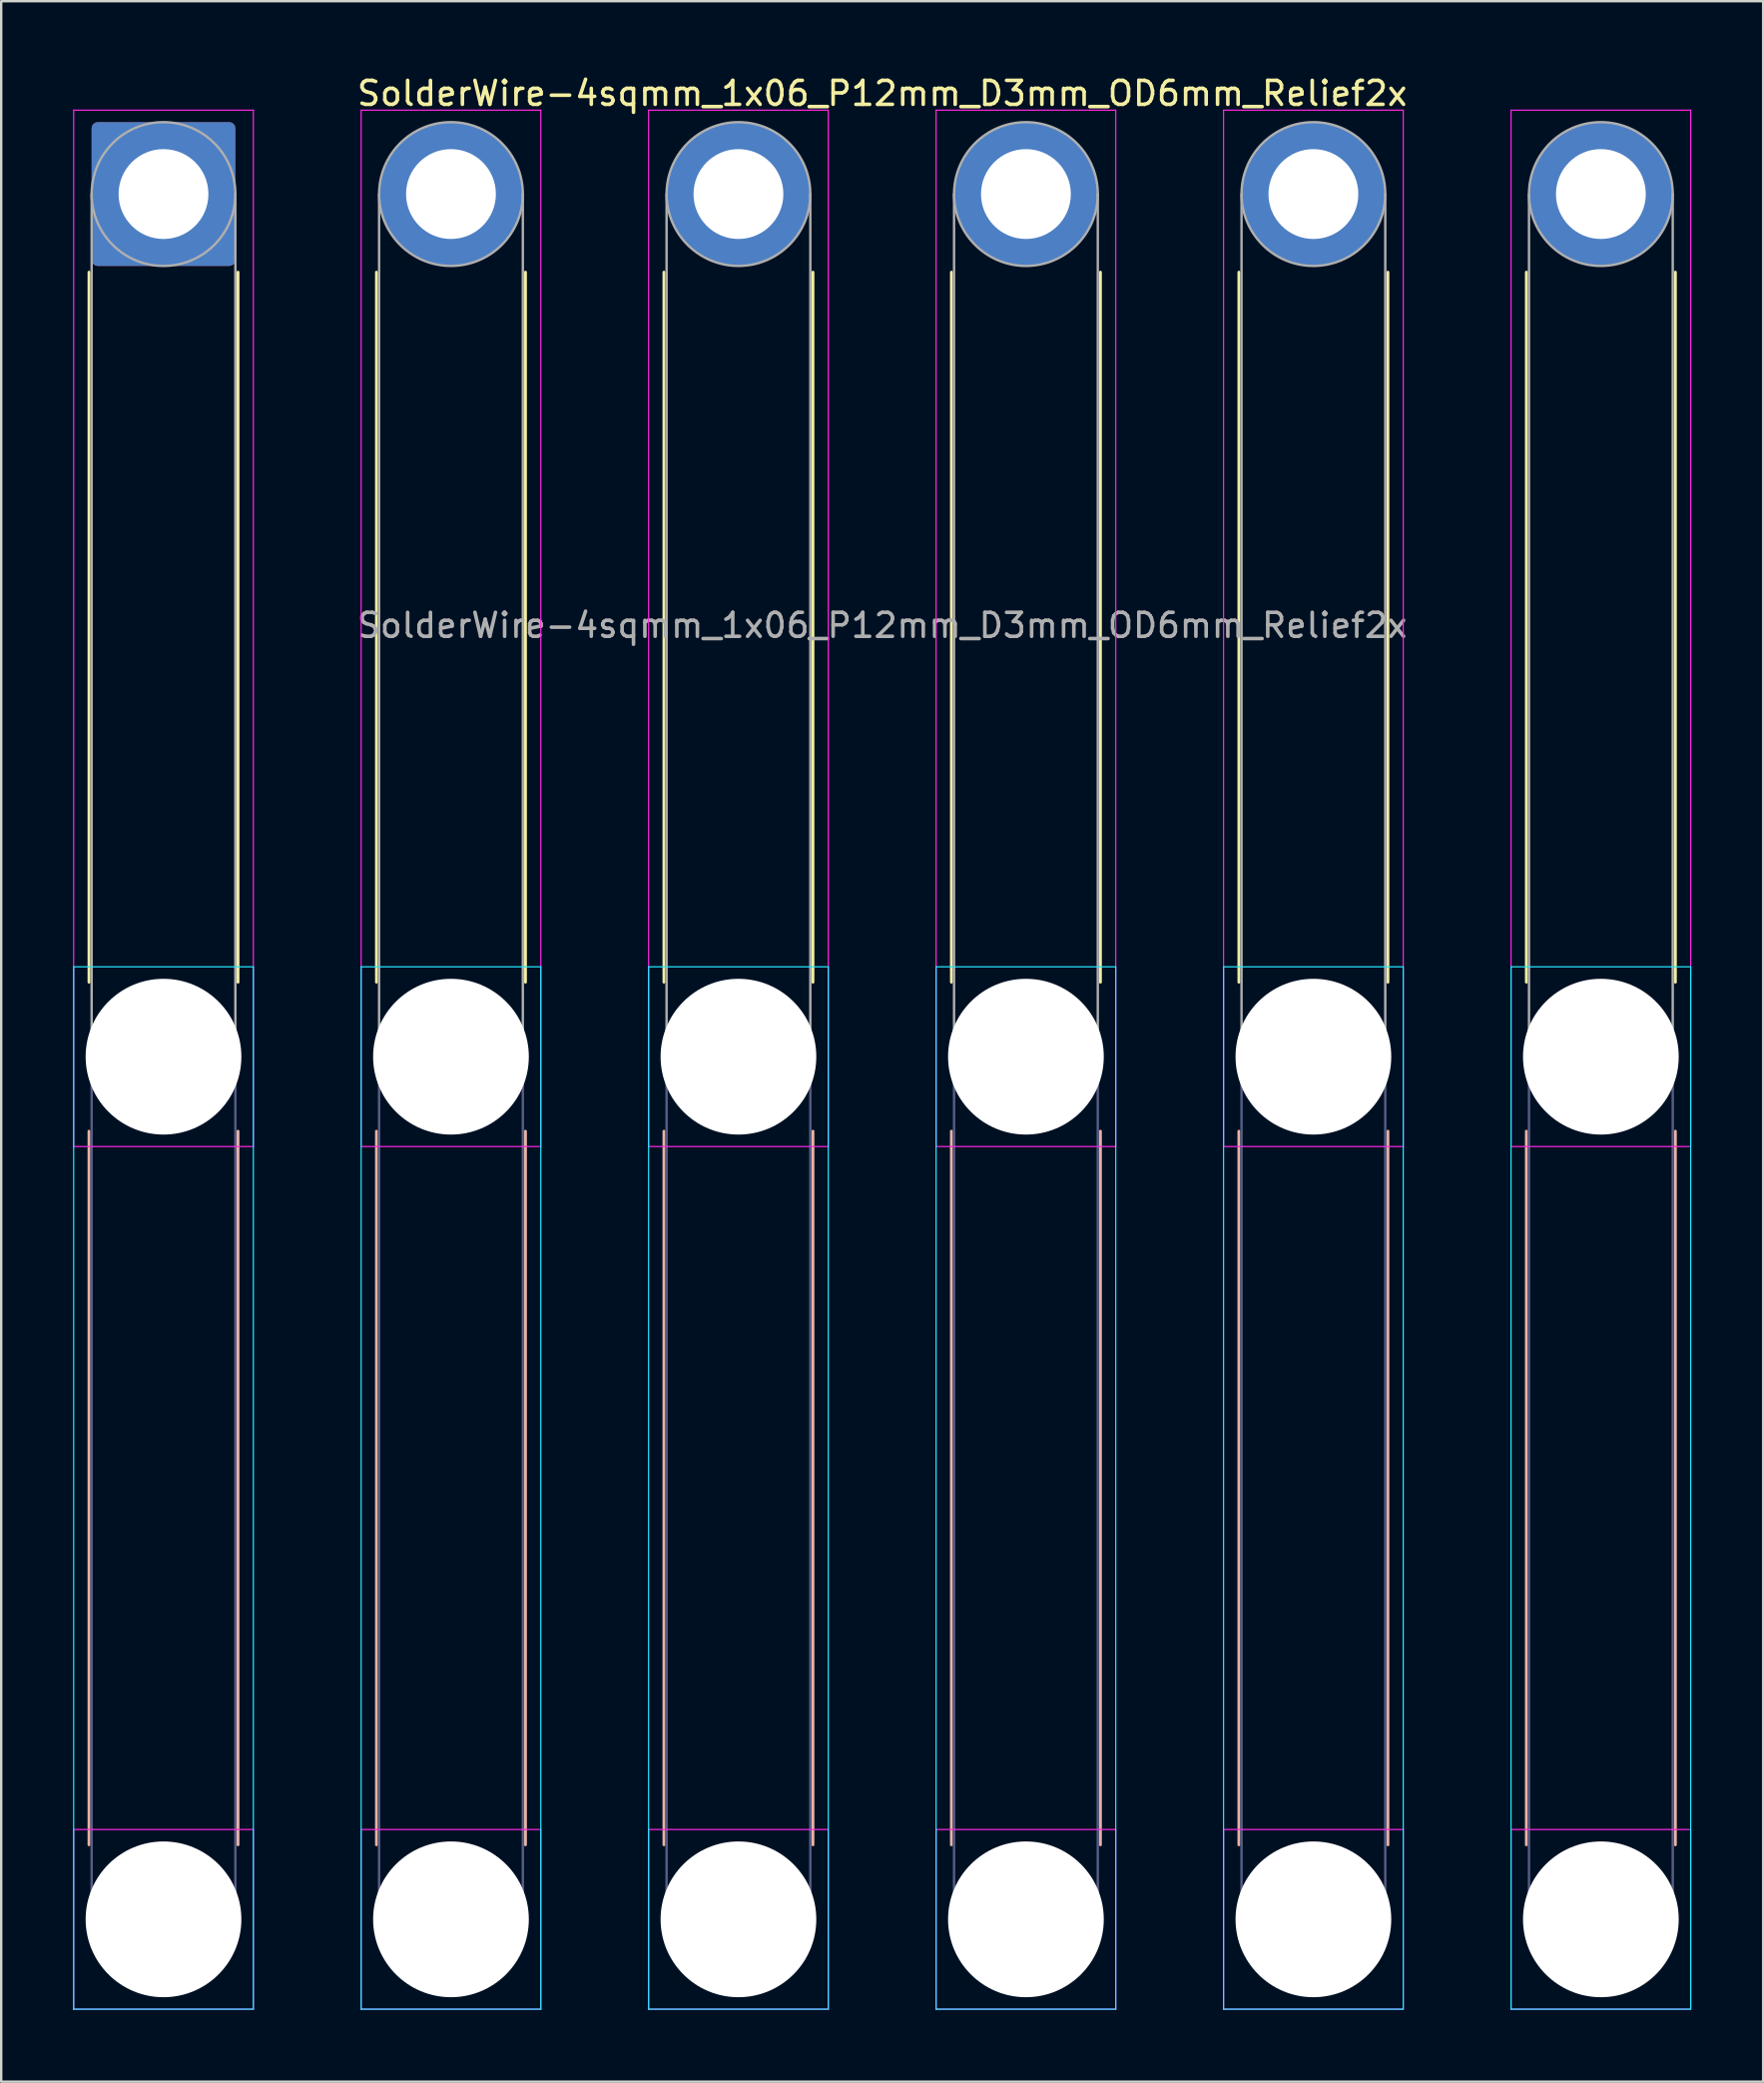
<source format=kicad_pcb>
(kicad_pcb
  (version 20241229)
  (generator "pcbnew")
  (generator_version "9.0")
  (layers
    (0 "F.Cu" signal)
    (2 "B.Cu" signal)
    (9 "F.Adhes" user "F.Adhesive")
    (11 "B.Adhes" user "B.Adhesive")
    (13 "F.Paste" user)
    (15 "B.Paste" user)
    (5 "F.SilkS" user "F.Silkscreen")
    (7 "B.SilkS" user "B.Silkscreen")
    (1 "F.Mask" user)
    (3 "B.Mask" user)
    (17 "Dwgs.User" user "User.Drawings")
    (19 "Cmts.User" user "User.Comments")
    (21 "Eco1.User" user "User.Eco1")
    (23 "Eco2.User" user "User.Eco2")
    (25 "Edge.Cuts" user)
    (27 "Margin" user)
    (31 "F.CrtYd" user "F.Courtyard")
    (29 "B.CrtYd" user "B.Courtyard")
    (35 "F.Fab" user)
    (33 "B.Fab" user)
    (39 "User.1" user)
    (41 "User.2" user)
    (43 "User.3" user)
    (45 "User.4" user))
  (footprint "SolderWire-4sqmm_1x06_P12mm_D3mm_OD6mm_Relief2x"
    (layer "F.Cu")
    (at 3.775 5.048)
    (property "Reference" "SolderWire-4sqmm_1x06_P12mm_D3mm_OD6mm_Relief2x" (at 30 -4.2 0) (layer "F.SilkS") (effects (font (size 1 1) (thickness 0.15))))
    (attr exclude_from_pos_files exclude_from_bom)
    (fp_line (start -3.11 3.26) (end -3.11 32.89) (stroke (width 0.12) (type solid)) (layer "F.SilkS"))
    (fp_line (start 3.11 3.26) (end 3.11 32.89) (stroke (width 0.12) (type solid)) (layer "F.SilkS"))
    (fp_line (start 8.89 3.26) (end 8.89 32.89) (stroke (width 0.12) (type solid)) (layer "F.SilkS"))
    (fp_line (start 15.11 3.26) (end 15.11 32.89) (stroke (width 0.12) (type solid)) (layer "F.SilkS"))
    (fp_line (start 20.89 3.26) (end 20.89 32.89) (stroke (width 0.12) (type solid)) (layer "F.SilkS"))
    (fp_line (start 27.11 3.26) (end 27.11 32.89) (stroke (width 0.12) (type solid)) (layer "F.SilkS"))
    (fp_line (start 32.89 3.26) (end 32.89 32.89) (stroke (width 0.12) (type solid)) (layer "F.SilkS"))
    (fp_line (start 39.11 3.26) (end 39.11 32.89) (stroke (width 0.12) (type solid)) (layer "F.SilkS"))
    (fp_line (start 44.89 3.26) (end 44.89 32.89) (stroke (width 0.12) (type solid)) (layer "F.SilkS"))
    (fp_line (start 51.11 3.26) (end 51.11 32.89) (stroke (width 0.12) (type solid)) (layer "F.SilkS"))
    (fp_line (start 56.89 3.26) (end 56.89 32.89) (stroke (width 0.12) (type solid)) (layer "F.SilkS"))
    (fp_line (start 63.11 3.26) (end 63.11 32.89) (stroke (width 0.12) (type solid)) (layer "F.SilkS"))
    (fp_line (start -3.11 39.11) (end -3.11 68.89) (stroke (width 0.12) (type solid)) (layer "B.SilkS"))
    (fp_line (start 3.11 39.11) (end 3.11 68.89) (stroke (width 0.12) (type solid)) (layer "B.SilkS"))
    (fp_line (start 8.89 39.11) (end 8.89 68.89) (stroke (width 0.12) (type solid)) (layer "B.SilkS"))
    (fp_line (start 15.11 39.11) (end 15.11 68.89) (stroke (width 0.12) (type solid)) (layer "B.SilkS"))
    (fp_line (start 20.89 39.11) (end 20.89 68.89) (stroke (width 0.12) (type solid)) (layer "B.SilkS"))
    (fp_line (start 27.11 39.11) (end 27.11 68.89) (stroke (width 0.12) (type solid)) (layer "B.SilkS"))
    (fp_line (start 32.89 39.11) (end 32.89 68.89) (stroke (width 0.12) (type solid)) (layer "B.SilkS"))
    (fp_line (start 39.11 39.11) (end 39.11 68.89) (stroke (width 0.12) (type solid)) (layer "B.SilkS"))
    (fp_line (start 44.89 39.11) (end 44.89 68.89) (stroke (width 0.12) (type solid)) (layer "B.SilkS"))
    (fp_line (start 51.11 39.11) (end 51.11 68.89) (stroke (width 0.12) (type solid)) (layer "B.SilkS"))
    (fp_line (start 56.89 39.11) (end 56.89 68.89) (stroke (width 0.12) (type solid)) (layer "B.SilkS"))
    (fp_line (start 63.11 39.11) (end 63.11 68.89) (stroke (width 0.12) (type solid)) (layer "B.SilkS"))
    (fp_line (start -3.75 32.25) (end -3.75 75.75) (stroke (width 0.05) (type solid)) (layer "B.CrtYd"))
    (fp_line (start -3.75 75.75) (end 3.75 75.75) (stroke (width 0.05) (type solid)) (layer "B.CrtYd"))
    (fp_line (start 3.75 32.25) (end -3.75 32.25) (stroke (width 0.05) (type solid)) (layer "B.CrtYd"))
    (fp_line (start 3.75 75.75) (end 3.75 32.25) (stroke (width 0.05) (type solid)) (layer "B.CrtYd"))
    (fp_line (start 8.25 32.25) (end 8.25 75.75) (stroke (width 0.05) (type solid)) (layer "B.CrtYd"))
    (fp_line (start 8.25 75.75) (end 15.75 75.75) (stroke (width 0.05) (type solid)) (layer "B.CrtYd"))
    (fp_line (start 15.75 32.25) (end 8.25 32.25) (stroke (width 0.05) (type solid)) (layer "B.CrtYd"))
    (fp_line (start 15.75 75.75) (end 15.75 32.25) (stroke (width 0.05) (type solid)) (layer "B.CrtYd"))
    (fp_line (start 20.25 32.25) (end 20.25 75.75) (stroke (width 0.05) (type solid)) (layer "B.CrtYd"))
    (fp_line (start 20.25 75.75) (end 27.75 75.75) (stroke (width 0.05) (type solid)) (layer "B.CrtYd"))
    (fp_line (start 27.75 32.25) (end 20.25 32.25) (stroke (width 0.05) (type solid)) (layer "B.CrtYd"))
    (fp_line (start 27.75 75.75) (end 27.75 32.25) (stroke (width 0.05) (type solid)) (layer "B.CrtYd"))
    (fp_line (start 32.25 32.25) (end 32.25 75.75) (stroke (width 0.05) (type solid)) (layer "B.CrtYd"))
    (fp_line (start 32.25 75.75) (end 39.75 75.75) (stroke (width 0.05) (type solid)) (layer "B.CrtYd"))
    (fp_line (start 39.75 32.25) (end 32.25 32.25) (stroke (width 0.05) (type solid)) (layer "B.CrtYd"))
    (fp_line (start 39.75 75.75) (end 39.75 32.25) (stroke (width 0.05) (type solid)) (layer "B.CrtYd"))
    (fp_line (start 44.25 32.25) (end 44.25 75.75) (stroke (width 0.05) (type solid)) (layer "B.CrtYd"))
    (fp_line (start 44.25 75.75) (end 51.75 75.75) (stroke (width 0.05) (type solid)) (layer "B.CrtYd"))
    (fp_line (start 51.75 32.25) (end 44.25 32.25) (stroke (width 0.05) (type solid)) (layer "B.CrtYd"))
    (fp_line (start 51.75 75.75) (end 51.75 32.25) (stroke (width 0.05) (type solid)) (layer "B.CrtYd"))
    (fp_line (start 56.25 32.25) (end 56.25 75.75) (stroke (width 0.05) (type solid)) (layer "B.CrtYd"))
    (fp_line (start 56.25 75.75) (end 63.75 75.75) (stroke (width 0.05) (type solid)) (layer "B.CrtYd"))
    (fp_line (start 63.75 32.25) (end 56.25 32.25) (stroke (width 0.05) (type solid)) (layer "B.CrtYd"))
    (fp_line (start 63.75 75.75) (end 63.75 32.25) (stroke (width 0.05) (type solid)) (layer "B.CrtYd"))
    (fp_line (start -3.75 -3.5) (end -3.75 39.75) (stroke (width 0.05) (type solid)) (layer "F.CrtYd"))
    (fp_line (start -3.75 39.75) (end 3.75 39.75) (stroke (width 0.05) (type solid)) (layer "F.CrtYd"))
    (fp_line (start -3.75 68.25) (end -3.75 75.75) (stroke (width 0.05) (type solid)) (layer "F.CrtYd"))
    (fp_line (start -3.75 75.75) (end 3.75 75.75) (stroke (width 0.05) (type solid)) (layer "F.CrtYd"))
    (fp_line (start 3.75 -3.5) (end -3.75 -3.5) (stroke (width 0.05) (type solid)) (layer "F.CrtYd"))
    (fp_line (start 3.75 39.75) (end 3.75 -3.5) (stroke (width 0.05) (type solid)) (layer "F.CrtYd"))
    (fp_line (start 3.75 68.25) (end -3.75 68.25) (stroke (width 0.05) (type solid)) (layer "F.CrtYd"))
    (fp_line (start 3.75 75.75) (end 3.75 68.25) (stroke (width 0.05) (type solid)) (layer "F.CrtYd"))
    (fp_line (start 8.25 -3.5) (end 8.25 39.75) (stroke (width 0.05) (type solid)) (layer "F.CrtYd"))
    (fp_line (start 8.25 39.75) (end 15.75 39.75) (stroke (width 0.05) (type solid)) (layer "F.CrtYd"))
    (fp_line (start 8.25 68.25) (end 8.25 75.75) (stroke (width 0.05) (type solid)) (layer "F.CrtYd"))
    (fp_line (start 8.25 75.75) (end 15.75 75.75) (stroke (width 0.05) (type solid)) (layer "F.CrtYd"))
    (fp_line (start 15.75 -3.5) (end 8.25 -3.5) (stroke (width 0.05) (type solid)) (layer "F.CrtYd"))
    (fp_line (start 15.75 39.75) (end 15.75 -3.5) (stroke (width 0.05) (type solid)) (layer "F.CrtYd"))
    (fp_line (start 15.75 68.25) (end 8.25 68.25) (stroke (width 0.05) (type solid)) (layer "F.CrtYd"))
    (fp_line (start 15.75 75.75) (end 15.75 68.25) (stroke (width 0.05) (type solid)) (layer "F.CrtYd"))
    (fp_line (start 20.25 -3.5) (end 20.25 39.75) (stroke (width 0.05) (type solid)) (layer "F.CrtYd"))
    (fp_line (start 20.25 39.75) (end 27.75 39.75) (stroke (width 0.05) (type solid)) (layer "F.CrtYd"))
    (fp_line (start 20.25 68.25) (end 20.25 75.75) (stroke (width 0.05) (type solid)) (layer "F.CrtYd"))
    (fp_line (start 20.25 75.75) (end 27.75 75.75) (stroke (width 0.05) (type solid)) (layer "F.CrtYd"))
    (fp_line (start 27.75 -3.5) (end 20.25 -3.5) (stroke (width 0.05) (type solid)) (layer "F.CrtYd"))
    (fp_line (start 27.75 39.75) (end 27.75 -3.5) (stroke (width 0.05) (type solid)) (layer "F.CrtYd"))
    (fp_line (start 27.75 68.25) (end 20.25 68.25) (stroke (width 0.05) (type solid)) (layer "F.CrtYd"))
    (fp_line (start 27.75 75.75) (end 27.75 68.25) (stroke (width 0.05) (type solid)) (layer "F.CrtYd"))
    (fp_line (start 32.25 -3.5) (end 32.25 39.75) (stroke (width 0.05) (type solid)) (layer "F.CrtYd"))
    (fp_line (start 32.25 39.75) (end 39.75 39.75) (stroke (width 0.05) (type solid)) (layer "F.CrtYd"))
    (fp_line (start 32.25 68.25) (end 32.25 75.75) (stroke (width 0.05) (type solid)) (layer "F.CrtYd"))
    (fp_line (start 32.25 75.75) (end 39.75 75.75) (stroke (width 0.05) (type solid)) (layer "F.CrtYd"))
    (fp_line (start 39.75 -3.5) (end 32.25 -3.5) (stroke (width 0.05) (type solid)) (layer "F.CrtYd"))
    (fp_line (start 39.75 39.75) (end 39.75 -3.5) (stroke (width 0.05) (type solid)) (layer "F.CrtYd"))
    (fp_line (start 39.75 68.25) (end 32.25 68.25) (stroke (width 0.05) (type solid)) (layer "F.CrtYd"))
    (fp_line (start 39.75 75.75) (end 39.75 68.25) (stroke (width 0.05) (type solid)) (layer "F.CrtYd"))
    (fp_line (start 44.25 -3.5) (end 44.25 39.75) (stroke (width 0.05) (type solid)) (layer "F.CrtYd"))
    (fp_line (start 44.25 39.75) (end 51.75 39.75) (stroke (width 0.05) (type solid)) (layer "F.CrtYd"))
    (fp_line (start 44.25 68.25) (end 44.25 75.75) (stroke (width 0.05) (type solid)) (layer "F.CrtYd"))
    (fp_line (start 44.25 75.75) (end 51.75 75.75) (stroke (width 0.05) (type solid)) (layer "F.CrtYd"))
    (fp_line (start 51.75 -3.5) (end 44.25 -3.5) (stroke (width 0.05) (type solid)) (layer "F.CrtYd"))
    (fp_line (start 51.75 39.75) (end 51.75 -3.5) (stroke (width 0.05) (type solid)) (layer "F.CrtYd"))
    (fp_line (start 51.75 68.25) (end 44.25 68.25) (stroke (width 0.05) (type solid)) (layer "F.CrtYd"))
    (fp_line (start 51.75 75.75) (end 51.75 68.25) (stroke (width 0.05) (type solid)) (layer "F.CrtYd"))
    (fp_line (start 56.25 -3.5) (end 56.25 39.75) (stroke (width 0.05) (type solid)) (layer "F.CrtYd"))
    (fp_line (start 56.25 39.75) (end 63.75 39.75) (stroke (width 0.05) (type solid)) (layer "F.CrtYd"))
    (fp_line (start 56.25 68.25) (end 56.25 75.75) (stroke (width 0.05) (type solid)) (layer "F.CrtYd"))
    (fp_line (start 56.25 75.75) (end 63.75 75.75) (stroke (width 0.05) (type solid)) (layer "F.CrtYd"))
    (fp_line (start 63.75 -3.5) (end 56.25 -3.5) (stroke (width 0.05) (type solid)) (layer "F.CrtYd"))
    (fp_line (start 63.75 39.75) (end 63.75 -3.5) (stroke (width 0.05) (type solid)) (layer "F.CrtYd"))
    (fp_line (start 63.75 68.25) (end 56.25 68.25) (stroke (width 0.05) (type solid)) (layer "F.CrtYd"))
    (fp_line (start 63.75 75.75) (end 63.75 68.25) (stroke (width 0.05) (type solid)) (layer "F.CrtYd"))
    (fp_line (start -3 36) (end -3 72) (stroke (width 0.1) (type solid)) (layer "B.Fab"))
    (fp_line (start 3 36) (end 3 72) (stroke (width 0.1) (type solid)) (layer "B.Fab"))
    (fp_line (start 9 36) (end 9 72) (stroke (width 0.1) (type solid)) (layer "B.Fab"))
    (fp_line (start 15 36) (end 15 72) (stroke (width 0.1) (type solid)) (layer "B.Fab"))
    (fp_line (start 21 36) (end 21 72) (stroke (width 0.1) (type solid)) (layer "B.Fab"))
    (fp_line (start 27 36) (end 27 72) (stroke (width 0.1) (type solid)) (layer "B.Fab"))
    (fp_line (start 33 36) (end 33 72) (stroke (width 0.1) (type solid)) (layer "B.Fab"))
    (fp_line (start 39 36) (end 39 72) (stroke (width 0.1) (type solid)) (layer "B.Fab"))
    (fp_line (start 45 36) (end 45 72) (stroke (width 0.1) (type solid)) (layer "B.Fab"))
    (fp_line (start 51 36) (end 51 72) (stroke (width 0.1) (type solid)) (layer "B.Fab"))
    (fp_line (start 57 36) (end 57 72) (stroke (width 0.1) (type solid)) (layer "B.Fab"))
    (fp_line (start 63 36) (end 63 72) (stroke (width 0.1) (type solid)) (layer "B.Fab"))
    (fp_circle (center 0 36) (end 3 36) (stroke (width 0.1) (type solid)) (fill no) (layer "B.Fab"))
    (fp_circle (center 0 72) (end 3 72) (stroke (width 0.1) (type solid)) (fill no) (layer "B.Fab"))
    (fp_circle (center 12 36) (end 15 36) (stroke (width 0.1) (type solid)) (fill no) (layer "B.Fab"))
    (fp_circle (center 12 72) (end 15 72) (stroke (width 0.1) (type solid)) (fill no) (layer "B.Fab"))
    (fp_circle (center 24 36) (end 27 36) (stroke (width 0.1) (type solid)) (fill no) (layer "B.Fab"))
    (fp_circle (center 24 72) (end 27 72) (stroke (width 0.1) (type solid)) (fill no) (layer "B.Fab"))
    (fp_circle (center 36 36) (end 39 36) (stroke (width 0.1) (type solid)) (fill no) (layer "B.Fab"))
    (fp_circle (center 36 72) (end 39 72) (stroke (width 0.1) (type solid)) (fill no) (layer "B.Fab"))
    (fp_circle (center 48 36) (end 51 36) (stroke (width 0.1) (type solid)) (fill no) (layer "B.Fab"))
    (fp_circle (center 48 72) (end 51 72) (stroke (width 0.1) (type solid)) (fill no) (layer "B.Fab"))
    (fp_circle (center 60 36) (end 63 36) (stroke (width 0.1) (type solid)) (fill no) (layer "B.Fab"))
    (fp_circle (center 60 72) (end 63 72) (stroke (width 0.1) (type solid)) (fill no) (layer "B.Fab"))
    (fp_line (start -3 0) (end -3 36) (stroke (width 0.1) (type solid)) (layer "F.Fab"))
    (fp_line (start 3 0) (end 3 36) (stroke (width 0.1) (type solid)) (layer "F.Fab"))
    (fp_line (start 9 0) (end 9 36) (stroke (width 0.1) (type solid)) (layer "F.Fab"))
    (fp_line (start 15 0) (end 15 36) (stroke (width 0.1) (type solid)) (layer "F.Fab"))
    (fp_line (start 21 0) (end 21 36) (stroke (width 0.1) (type solid)) (layer "F.Fab"))
    (fp_line (start 27 0) (end 27 36) (stroke (width 0.1) (type solid)) (layer "F.Fab"))
    (fp_line (start 33 0) (end 33 36) (stroke (width 0.1) (type solid)) (layer "F.Fab"))
    (fp_line (start 39 0) (end 39 36) (stroke (width 0.1) (type solid)) (layer "F.Fab"))
    (fp_line (start 45 0) (end 45 36) (stroke (width 0.1) (type solid)) (layer "F.Fab"))
    (fp_line (start 51 0) (end 51 36) (stroke (width 0.1) (type solid)) (layer "F.Fab"))
    (fp_line (start 57 0) (end 57 36) (stroke (width 0.1) (type solid)) (layer "F.Fab"))
    (fp_line (start 63 0) (end 63 36) (stroke (width 0.1) (type solid)) (layer "F.Fab"))
    (fp_circle (center 0 0) (end 3 0) (stroke (width 0.1) (type solid)) (fill no) (layer "F.Fab"))
    (fp_circle (center 0 36) (end 3 36) (stroke (width 0.1) (type solid)) (fill no) (layer "F.Fab"))
    (fp_circle (center 0 72) (end 3 72) (stroke (width 0.1) (type solid)) (fill no) (layer "F.Fab"))
    (fp_circle (center 12 0) (end 15 0) (stroke (width 0.1) (type solid)) (fill no) (layer "F.Fab"))
    (fp_circle (center 12 36) (end 15 36) (stroke (width 0.1) (type solid)) (fill no) (layer "F.Fab"))
    (fp_circle (center 12 72) (end 15 72) (stroke (width 0.1) (type solid)) (fill no) (layer "F.Fab"))
    (fp_circle (center 24 0) (end 27 0) (stroke (width 0.1) (type solid)) (fill no) (layer "F.Fab"))
    (fp_circle (center 24 36) (end 27 36) (stroke (width 0.1) (type solid)) (fill no) (layer "F.Fab"))
    (fp_circle (center 24 72) (end 27 72) (stroke (width 0.1) (type solid)) (fill no) (layer "F.Fab"))
    (fp_circle (center 36 0) (end 39 0) (stroke (width 0.1) (type solid)) (fill no) (layer "F.Fab"))
    (fp_circle (center 36 36) (end 39 36) (stroke (width 0.1) (type solid)) (fill no) (layer "F.Fab"))
    (fp_circle (center 36 72) (end 39 72) (stroke (width 0.1) (type solid)) (fill no) (layer "F.Fab"))
    (fp_circle (center 48 0) (end 51 0) (stroke (width 0.1) (type solid)) (fill no) (layer "F.Fab"))
    (fp_circle (center 48 36) (end 51 36) (stroke (width 0.1) (type solid)) (fill no) (layer "F.Fab"))
    (fp_circle (center 48 72) (end 51 72) (stroke (width 0.1) (type solid)) (fill no) (layer "F.Fab"))
    (fp_circle (center 60 0) (end 63 0) (stroke (width 0.1) (type solid)) (fill no) (layer "F.Fab"))
    (fp_circle (center 60 36) (end 63 36) (stroke (width 0.1) (type solid)) (fill no) (layer "F.Fab"))
    (fp_circle (center 60 72) (end 63 72) (stroke (width 0.1) (type solid)) (fill no) (layer "F.Fab"))
    (fp_text user "${REFERENCE}" (at 30 18 0) (layer "F.Fab") (effects (font (size 1 1) (thickness 0.15))))
    (pad "" np_thru_hole circle (at 0 36) (size 6.5 6.5) (drill 6.5) (layers "*.Cu" "*.Mask"))
    (pad "" np_thru_hole circle (at 0 72) (size 6.5 6.5) (drill 6.5) (layers "*.Cu" "*.Mask"))
    (pad "" np_thru_hole circle (at 12 36) (size 6.5 6.5) (drill 6.5) (layers "*.Cu" "*.Mask"))
    (pad "" np_thru_hole circle (at 12 72) (size 6.5 6.5) (drill 6.5) (layers "*.Cu" "*.Mask"))
    (pad "" np_thru_hole circle (at 24 36) (size 6.5 6.5) (drill 6.5) (layers "*.Cu" "*.Mask"))
    (pad "" np_thru_hole circle (at 24 72) (size 6.5 6.5) (drill 6.5) (layers "*.Cu" "*.Mask"))
    (pad "" np_thru_hole circle (at 36 36) (size 6.5 6.5) (drill 6.5) (layers "*.Cu" "*.Mask"))
    (pad "" np_thru_hole circle (at 36 72) (size 6.5 6.5) (drill 6.5) (layers "*.Cu" "*.Mask"))
    (pad "" np_thru_hole circle (at 48 36) (size 6.5 6.5) (drill 6.5) (layers "*.Cu" "*.Mask"))
    (pad "" np_thru_hole circle (at 48 72) (size 6.5 6.5) (drill 6.5) (layers "*.Cu" "*.Mask"))
    (pad "" np_thru_hole circle (at 60 36) (size 6.5 6.5) (drill 6.5) (layers "*.Cu" "*.Mask"))
    (pad "" np_thru_hole circle (at 60 72) (size 6.5 6.5) (drill 6.5) (layers "*.Cu" "*.Mask"))
    (pad "1" thru_hole roundrect (at 0 0) (size 6 6) (drill 3.75) (layers "*.Cu" "*.Mask") (roundrect_rratio 0.042))
    (pad "2" thru_hole circle (at 12 0) (size 6 6) (drill 3.75) (layers "*.Cu" "*.Mask"))
    (pad "3" thru_hole circle (at 24 0) (size 6 6) (drill 3.75) (layers "*.Cu" "*.Mask"))
    (pad "4" thru_hole circle (at 36 0) (size 6 6) (drill 3.75) (layers "*.Cu" "*.Mask"))
    (pad "5" thru_hole circle (at 48 0) (size 6 6) (drill 3.75) (layers "*.Cu" "*.Mask"))
    (pad "6" thru_hole circle (at 60 0) (size 6 6) (drill 3.75) (layers "*.Cu" "*.Mask")))
  (gr_rect
    (start -3 -3)
    (end 70.55 83.823)
    (stroke (width 0.1) (type default))
    (fill no)
    (layer "Edge.Cuts")))
</source>
